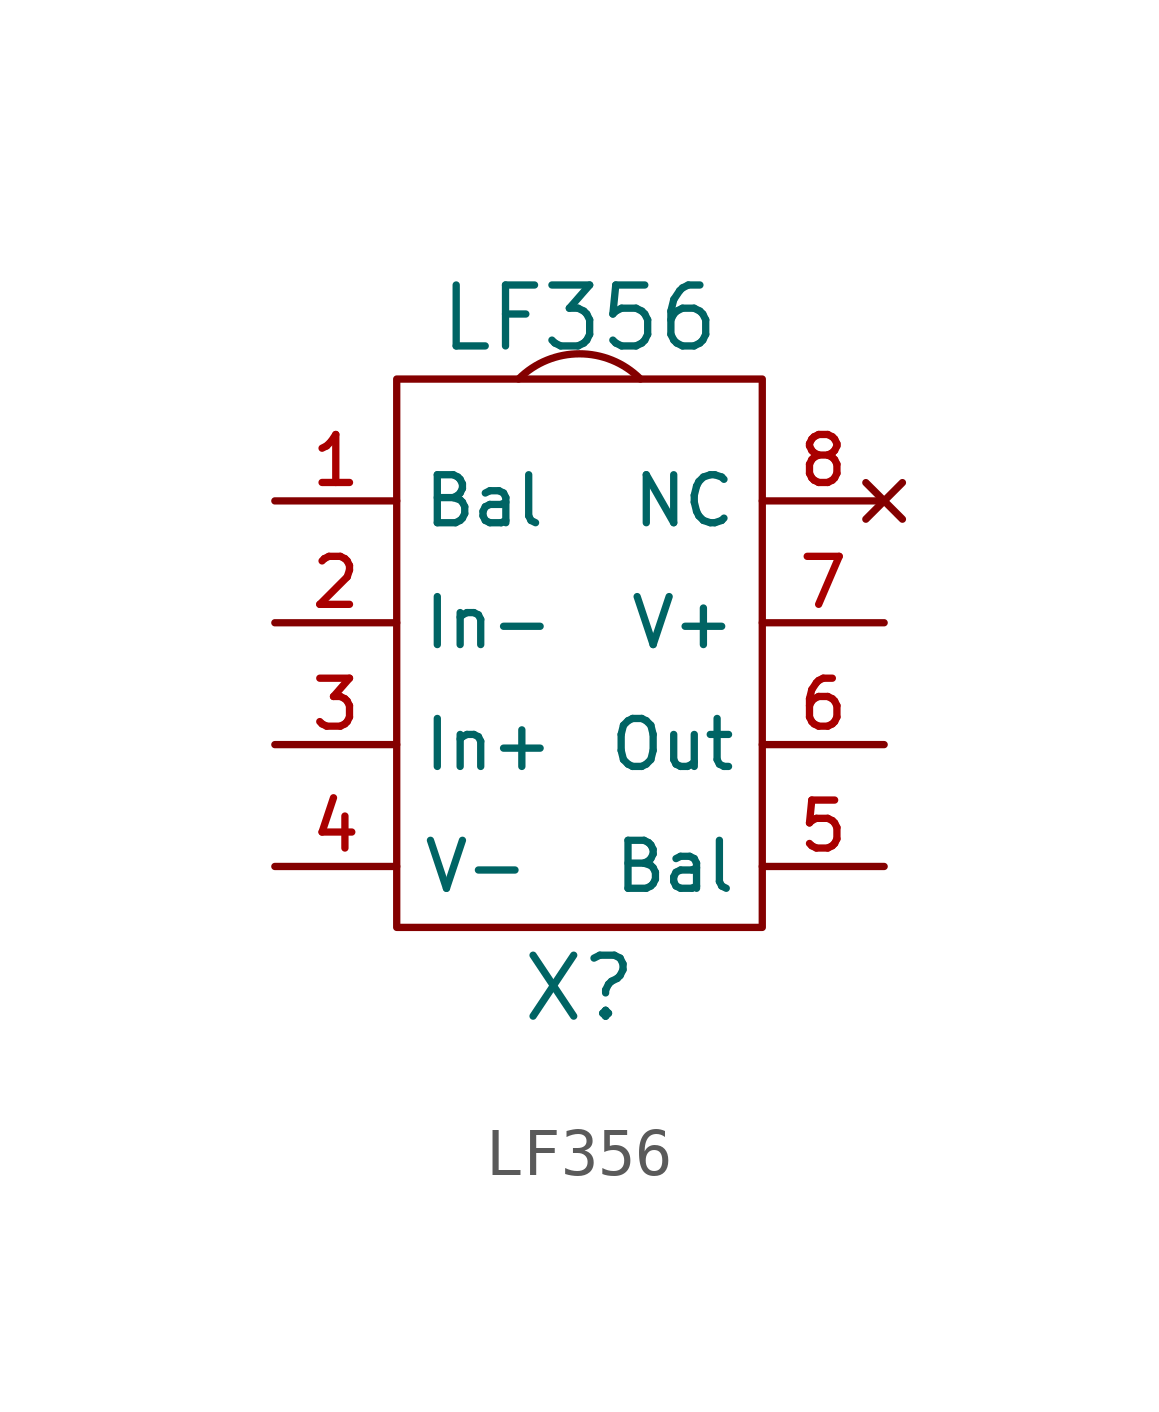
<source format=kicad_sym>
(kicad_symbol_lib
  (version 20211014)
  (generator kicad_symbol_editor)
  (symbol "LF356"
    (property "Reference" "X"
      (at 0 -12.7 0)
      (effects (font (size 1.27 1.27))))
    (property "Value" "LF356"
      (at 0 1.27 0)
      (effects (font (size 1.27 1.27))))
    (symbol "LF356_0_1"
      (rectangle (start -3.81 0) (end 3.81 -11.43) (stroke (width 0) (type default) (color 0 0 0 0)) (fill (type none)))
      (arc (start 1.27 0) (mid 0 3.0662) (end -1.27 0) (stroke (width 0) (type default) (color 0 0 0 0)) (fill (type none))))
    (symbol "LF356_1_1"
      (pin input line (at -6.35 -2.54 0) (length 2.54) (name "Bal" (effects (font (size 1 1)))) (number "1" (effects (font (size 1 1)))))
      (pin input line (at -6.35 -5.08 0) (length 2.54) (name "In-" (effects (font (size 1 1)))) (number "2" (effects (font (size 1 1)))))
      (pin input line (at -6.35 -7.62 0) (length 2.54) (name "In+" (effects (font (size 1 1)))) (number "3" (effects (font (size 1 1)))))
      (pin passive line (at -6.35 -10.16 0) (length 2.54) (name "V-" (effects (font (size 1 1)))) (number "4" (effects (font (size 1 1)))))
      (pin input line (at 6.35 -10.16 180) (length 2.54) (name "Bal" (effects (font (size 1 1)))) (number "5" (effects (font (size 1 1)))))
      (pin output line (at 6.35 -7.62 180) (length 2.54) (name "Out" (effects (font (size 1 1)))) (number "6" (effects (font (size 1 1)))))
      (pin passive line (at 6.35 -5.08 180) (length 2.54) (name "V+" (effects (font (size 1 1)))) (number "7" (effects (font (size 1 1)))))
      (pin no_connect line (at 6.35 -2.54 180) (length 2.54) (name "NC" (effects (font (size 1 1)))) (number "8" (effects (font (size 1 1))))))))
</source>
